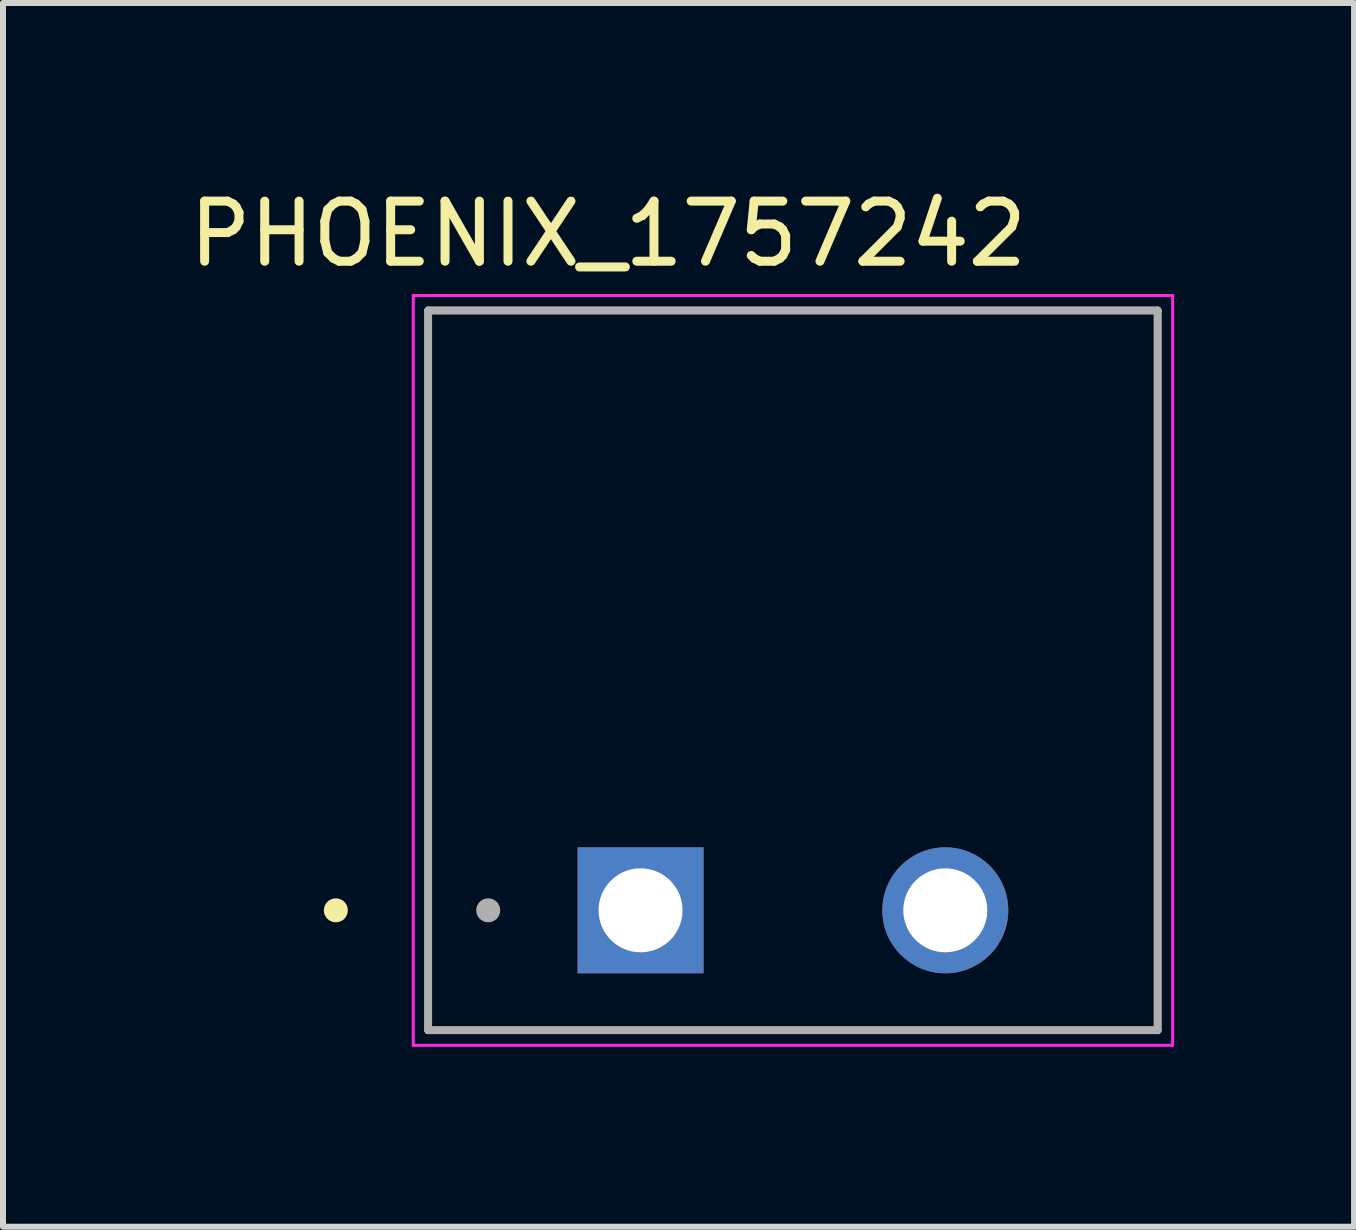
<source format=kicad_pcb>
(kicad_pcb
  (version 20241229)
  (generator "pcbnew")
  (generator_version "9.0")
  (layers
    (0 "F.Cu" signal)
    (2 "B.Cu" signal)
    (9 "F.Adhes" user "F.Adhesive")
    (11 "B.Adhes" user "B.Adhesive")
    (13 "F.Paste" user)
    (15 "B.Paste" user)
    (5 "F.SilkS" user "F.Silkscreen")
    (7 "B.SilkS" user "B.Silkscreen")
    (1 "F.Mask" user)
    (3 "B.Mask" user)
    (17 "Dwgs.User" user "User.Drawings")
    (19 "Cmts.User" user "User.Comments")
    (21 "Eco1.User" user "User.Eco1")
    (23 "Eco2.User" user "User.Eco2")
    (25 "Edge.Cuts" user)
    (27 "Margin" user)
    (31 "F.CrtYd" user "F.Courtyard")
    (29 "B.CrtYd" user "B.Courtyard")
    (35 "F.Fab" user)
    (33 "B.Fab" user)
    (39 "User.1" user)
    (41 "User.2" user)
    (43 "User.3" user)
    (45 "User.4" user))
  (footprint "PHOENIX_1757242"
    (layer "F.Cu")
    (at 10.169 8.126)
    (property "Reference" "PHOENIX_1757242" (at -3.08 -7.277 0) (layer "F.SilkS") (effects (font (size 1.002 1.002) (thickness 0.15))))
    (attr through_hole)
    (fp_line (start -6.08 -6) (end 6.08 -6) (stroke (width 0.127) (type solid)) (layer "F.SilkS"))
    (fp_line (start -6.08 6) (end -6.08 -6) (stroke (width 0.127) (type solid)) (layer "F.SilkS"))
    (fp_line (start 6.08 -6) (end 6.08 6) (stroke (width 0.127) (type solid)) (layer "F.SilkS"))
    (fp_line (start 6.08 6) (end -6.08 6) (stroke (width 0.127) (type solid)) (layer "F.SilkS"))
    (fp_circle (center -7.62 4) (end -7.52 4) (stroke (width 0.2) (type solid)) (fill no) (layer "F.SilkS"))
    (fp_line (start -6.33 -6.25) (end 6.33 -6.25) (stroke (width 0.05) (type solid)) (layer "F.CrtYd"))
    (fp_line (start -6.33 6.25) (end -6.33 -6.25) (stroke (width 0.05) (type solid)) (layer "F.CrtYd"))
    (fp_line (start 6.33 -6.25) (end 6.33 6.25) (stroke (width 0.05) (type solid)) (layer "F.CrtYd"))
    (fp_line (start 6.33 6.25) (end -6.33 6.25) (stroke (width 0.05) (type solid)) (layer "F.CrtYd"))
    (fp_line (start -6.08 -6) (end 6.08 -6) (stroke (width 0.127) (type solid)) (layer "F.Fab"))
    (fp_line (start -6.08 6) (end -6.08 -6) (stroke (width 0.127) (type solid)) (layer "F.Fab"))
    (fp_line (start 6.08 -6) (end 6.08 6) (stroke (width 0.127) (type solid)) (layer "F.Fab"))
    (fp_line (start 6.08 6) (end -6.08 6) (stroke (width 0.127) (type solid)) (layer "F.Fab"))
    (fp_circle (center -5.08 4) (end -4.98 4) (stroke (width 0.2) (type solid)) (fill no) (layer "F.Fab"))
    (pad "1" thru_hole rect (at -2.54 4) (size 2.1 2.1) (drill 1.4) (layers "*.Cu" "*.Mask"))
    (pad "2" thru_hole circle (at 2.54 4) (size 2.1 2.1) (drill 1.4) (layers "*.Cu" "*.Mask")))
  (gr_rect
    (start -3 -3)
    (end 19.524 17.401)
    (stroke (width 0.1) (type default))
    (fill no)
    (layer "Edge.Cuts")))
</source>
